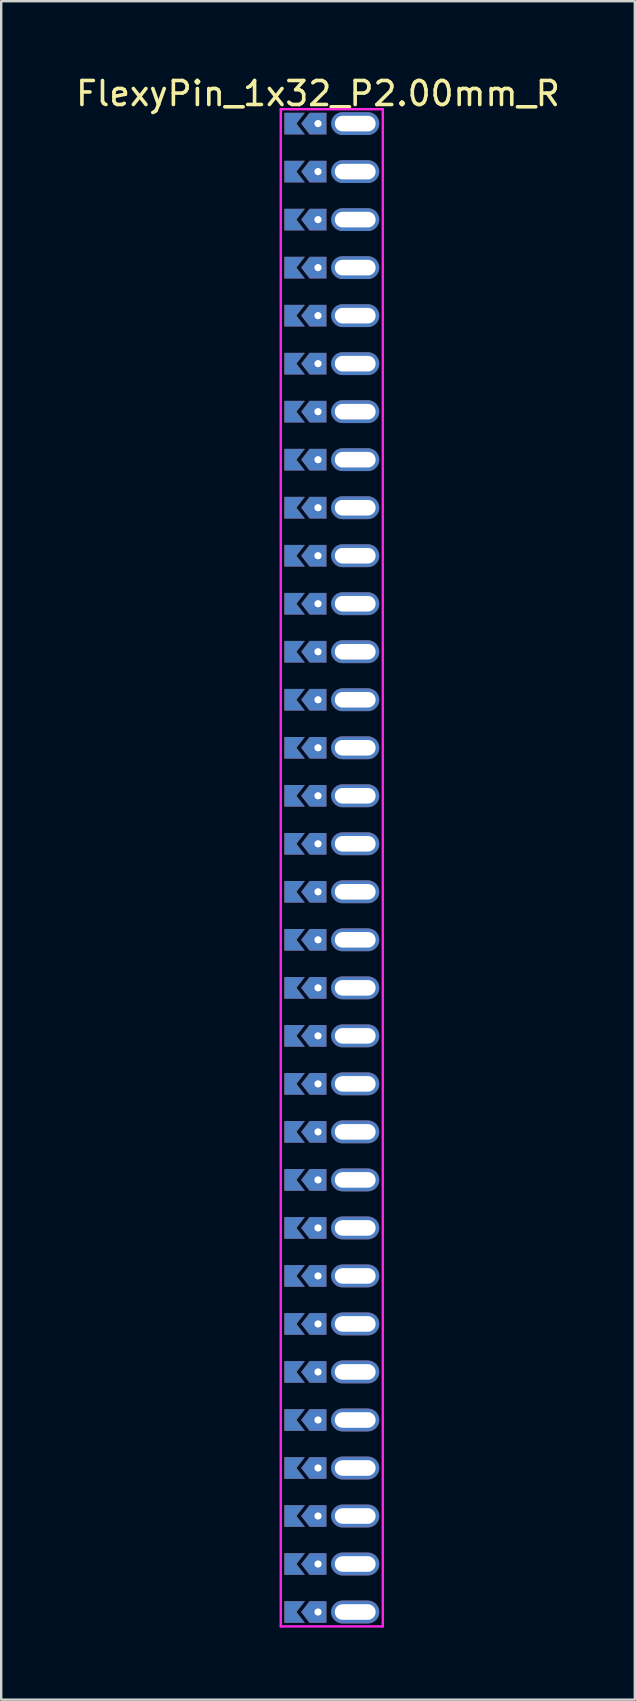
<source format=kicad_pcb>
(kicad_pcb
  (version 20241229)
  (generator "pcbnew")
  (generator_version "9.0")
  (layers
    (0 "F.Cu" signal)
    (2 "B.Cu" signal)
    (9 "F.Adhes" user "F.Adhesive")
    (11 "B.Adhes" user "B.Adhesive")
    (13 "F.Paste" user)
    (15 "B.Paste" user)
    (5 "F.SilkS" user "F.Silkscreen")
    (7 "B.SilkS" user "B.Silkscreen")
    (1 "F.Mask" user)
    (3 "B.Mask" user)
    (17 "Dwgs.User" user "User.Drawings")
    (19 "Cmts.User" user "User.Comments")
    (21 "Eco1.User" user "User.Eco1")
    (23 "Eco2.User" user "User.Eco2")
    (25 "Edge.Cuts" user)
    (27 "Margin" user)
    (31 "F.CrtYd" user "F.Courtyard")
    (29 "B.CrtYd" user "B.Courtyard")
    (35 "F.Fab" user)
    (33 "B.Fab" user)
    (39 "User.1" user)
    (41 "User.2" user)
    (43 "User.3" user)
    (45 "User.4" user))
  (footprint "FlexyPin_1x32_P2.00mm_R"
    (layer "F.Cu")
    (at 10.196 2.098)
    (property "Reference" "FlexyPin_1x32_P2.00mm_R" (at 0 -1.25 0) (layer "F.SilkS") (effects (font (size 1 1) (thickness 0.15))))
    (attr through_hole)
    (fp_line (start -1.55 -0.6) (end 2.7 -0.6) (stroke (width 0.1) (type solid)) (layer "F.CrtYd"))
    (fp_line (start -1.55 62.6) (end -1.55 -0.6) (stroke (width 0.1) (type solid)) (layer "F.CrtYd"))
    (fp_line (start 2.7 -0.6) (end 2.7 62.6) (stroke (width 0.1) (type solid)) (layer "F.CrtYd"))
    (fp_line (start 2.7 62.6) (end -1.55 62.6) (stroke (width 0.1) (type solid)) (layer "F.CrtYd"))
    (pad "" thru_hole custom (at 0 0) (size 0.3 0.3) (drill 0.6) (layers "*.Cu" "*.Mask") (options (anchor rect)) (primitives (gr_poly (pts (xy 0.35 0.45) (xy 0.35 -0.45) (xy -0.35 -0.45) (xy -0.7 0) (xy -0.35 0.45)) (width 0) (fill yes))))
    (pad "" thru_hole custom (at 0 2) (size 0.3 0.3) (drill 0.6) (layers "*.Cu" "*.Mask") (options (anchor rect)) (primitives (gr_poly (pts (xy 0.35 0.45) (xy 0.35 -0.45) (xy -0.35 -0.45) (xy -0.7 0) (xy -0.35 0.45)) (width 0) (fill yes))))
    (pad "" thru_hole custom (at 0 4) (size 0.3 0.3) (drill 0.6) (layers "*.Cu" "*.Mask") (options (anchor rect)) (primitives (gr_poly (pts (xy 0.35 0.45) (xy 0.35 -0.45) (xy -0.35 -0.45) (xy -0.7 0) (xy -0.35 0.45)) (width 0) (fill yes))))
    (pad "" thru_hole custom (at 0 6) (size 0.3 0.3) (drill 0.6) (layers "*.Cu" "*.Mask") (options (anchor rect)) (primitives (gr_poly (pts (xy 0.35 0.45) (xy 0.35 -0.45) (xy -0.35 -0.45) (xy -0.7 0) (xy -0.35 0.45)) (width 0) (fill yes))))
    (pad "" thru_hole custom (at 0 8) (size 0.3 0.3) (drill 0.6) (layers "*.Cu" "*.Mask") (options (anchor rect)) (primitives (gr_poly (pts (xy 0.35 0.45) (xy 0.35 -0.45) (xy -0.35 -0.45) (xy -0.7 0) (xy -0.35 0.45)) (width 0) (fill yes))))
    (pad "" thru_hole custom (at 0 10) (size 0.3 0.3) (drill 0.6) (layers "*.Cu" "*.Mask") (options (anchor rect)) (primitives (gr_poly (pts (xy 0.35 0.45) (xy 0.35 -0.45) (xy -0.35 -0.45) (xy -0.7 0) (xy -0.35 0.45)) (width 0) (fill yes))))
    (pad "" thru_hole custom (at 0 12) (size 0.3 0.3) (drill 0.6) (layers "*.Cu" "*.Mask") (options (anchor rect)) (primitives (gr_poly (pts (xy 0.35 0.45) (xy 0.35 -0.45) (xy -0.35 -0.45) (xy -0.7 0) (xy -0.35 0.45)) (width 0) (fill yes))))
    (pad "" thru_hole custom (at 0 14) (size 0.3 0.3) (drill 0.6) (layers "*.Cu" "*.Mask") (options (anchor rect)) (primitives (gr_poly (pts (xy 0.35 0.45) (xy 0.35 -0.45) (xy -0.35 -0.45) (xy -0.7 0) (xy -0.35 0.45)) (width 0) (fill yes))))
    (pad "" thru_hole custom (at 0 16) (size 0.3 0.3) (drill 0.6) (layers "*.Cu" "*.Mask") (options (anchor rect)) (primitives (gr_poly (pts (xy 0.35 0.45) (xy 0.35 -0.45) (xy -0.35 -0.45) (xy -0.7 0) (xy -0.35 0.45)) (width 0) (fill yes))))
    (pad "" thru_hole custom (at 0 18) (size 0.3 0.3) (drill 0.6) (layers "*.Cu" "*.Mask") (options (anchor rect)) (primitives (gr_poly (pts (xy 0.35 0.45) (xy 0.35 -0.45) (xy -0.35 -0.45) (xy -0.7 0) (xy -0.35 0.45)) (width 0) (fill yes))))
    (pad "" thru_hole custom (at 0 20) (size 0.3 0.3) (drill 0.6) (layers "*.Cu" "*.Mask") (options (anchor rect)) (primitives (gr_poly (pts (xy 0.35 0.45) (xy 0.35 -0.45) (xy -0.35 -0.45) (xy -0.7 0) (xy -0.35 0.45)) (width 0) (fill yes))))
    (pad "" thru_hole custom (at 0 22) (size 0.3 0.3) (drill 0.6) (layers "*.Cu" "*.Mask") (options (anchor rect)) (primitives (gr_poly (pts (xy 0.35 0.45) (xy 0.35 -0.45) (xy -0.35 -0.45) (xy -0.7 0) (xy -0.35 0.45)) (width 0) (fill yes))))
    (pad "" thru_hole custom (at 0 24) (size 0.3 0.3) (drill 0.6) (layers "*.Cu" "*.Mask") (options (anchor rect)) (primitives (gr_poly (pts (xy 0.35 0.45) (xy 0.35 -0.45) (xy -0.35 -0.45) (xy -0.7 0) (xy -0.35 0.45)) (width 0) (fill yes))))
    (pad "" thru_hole custom (at 0 26) (size 0.3 0.3) (drill 0.6) (layers "*.Cu" "*.Mask") (options (anchor rect)) (primitives (gr_poly (pts (xy 0.35 0.45) (xy 0.35 -0.45) (xy -0.35 -0.45) (xy -0.7 0) (xy -0.35 0.45)) (width 0) (fill yes))))
    (pad "" thru_hole custom (at 0 28) (size 0.3 0.3) (drill 0.6) (layers "*.Cu" "*.Mask") (options (anchor rect)) (primitives (gr_poly (pts (xy 0.35 0.45) (xy 0.35 -0.45) (xy -0.35 -0.45) (xy -0.7 0) (xy -0.35 0.45)) (width 0) (fill yes))))
    (pad "" thru_hole custom (at 0 30) (size 0.3 0.3) (drill 0.6) (layers "*.Cu" "*.Mask") (options (anchor rect)) (primitives (gr_poly (pts (xy 0.35 0.45) (xy 0.35 -0.45) (xy -0.35 -0.45) (xy -0.7 0) (xy -0.35 0.45)) (width 0) (fill yes))))
    (pad "" thru_hole custom (at 0 32) (size 0.3 0.3) (drill 0.6) (layers "*.Cu" "*.Mask") (options (anchor rect)) (primitives (gr_poly (pts (xy 0.35 0.45) (xy 0.35 -0.45) (xy -0.35 -0.45) (xy -0.7 0) (xy -0.35 0.45)) (width 0) (fill yes))))
    (pad "" thru_hole custom (at 0 34) (size 0.3 0.3) (drill 0.6) (layers "*.Cu" "*.Mask") (options (anchor rect)) (primitives (gr_poly (pts (xy 0.35 0.45) (xy 0.35 -0.45) (xy -0.35 -0.45) (xy -0.7 0) (xy -0.35 0.45)) (width 0) (fill yes))))
    (pad "" thru_hole custom (at 0 36) (size 0.3 0.3) (drill 0.6) (layers "*.Cu" "*.Mask") (options (anchor rect)) (primitives (gr_poly (pts (xy 0.35 0.45) (xy 0.35 -0.45) (xy -0.35 -0.45) (xy -0.7 0) (xy -0.35 0.45)) (width 0) (fill yes))))
    (pad "" thru_hole custom (at 0 38) (size 0.3 0.3) (drill 0.6) (layers "*.Cu" "*.Mask") (options (anchor rect)) (primitives (gr_poly (pts (xy 0.35 0.45) (xy 0.35 -0.45) (xy -0.35 -0.45) (xy -0.7 0) (xy -0.35 0.45)) (width 0) (fill yes))))
    (pad "" thru_hole custom (at 0 40) (size 0.3 0.3) (drill 0.6) (layers "*.Cu" "*.Mask") (options (anchor rect)) (primitives (gr_poly (pts (xy 0.35 0.45) (xy 0.35 -0.45) (xy -0.35 -0.45) (xy -0.7 0) (xy -0.35 0.45)) (width 0) (fill yes))))
    (pad "" thru_hole custom (at 0 42) (size 0.3 0.3) (drill 0.6) (layers "*.Cu" "*.Mask") (options (anchor rect)) (primitives (gr_poly (pts (xy 0.35 0.45) (xy 0.35 -0.45) (xy -0.35 -0.45) (xy -0.7 0) (xy -0.35 0.45)) (width 0) (fill yes))))
    (pad "" thru_hole custom (at 0 44) (size 0.3 0.3) (drill 0.6) (layers "*.Cu" "*.Mask") (options (anchor rect)) (primitives (gr_poly (pts (xy 0.35 0.45) (xy 0.35 -0.45) (xy -0.35 -0.45) (xy -0.7 0) (xy -0.35 0.45)) (width 0) (fill yes))))
    (pad "" thru_hole custom (at 0 46) (size 0.3 0.3) (drill 0.6) (layers "*.Cu" "*.Mask") (options (anchor rect)) (primitives (gr_poly (pts (xy 0.35 0.45) (xy 0.35 -0.45) (xy -0.35 -0.45) (xy -0.7 0) (xy -0.35 0.45)) (width 0) (fill yes))))
    (pad "" thru_hole custom (at 0 48) (size 0.3 0.3) (drill 0.6) (layers "*.Cu" "*.Mask") (options (anchor rect)) (primitives (gr_poly (pts (xy 0.35 0.45) (xy 0.35 -0.45) (xy -0.35 -0.45) (xy -0.7 0) (xy -0.35 0.45)) (width 0) (fill yes))))
    (pad "" thru_hole custom (at 0 50) (size 0.3 0.3) (drill 0.6) (layers "*.Cu" "*.Mask") (options (anchor rect)) (primitives (gr_poly (pts (xy 0.35 0.45) (xy 0.35 -0.45) (xy -0.35 -0.45) (xy -0.7 0) (xy -0.35 0.45)) (width 0) (fill yes))))
    (pad "" thru_hole custom (at 0 52) (size 0.3 0.3) (drill 0.6) (layers "*.Cu" "*.Mask") (options (anchor rect)) (primitives (gr_poly (pts (xy 0.35 0.45) (xy 0.35 -0.45) (xy -0.35 -0.45) (xy -0.7 0) (xy -0.35 0.45)) (width 0) (fill yes))))
    (pad "" thru_hole custom (at 0 54) (size 0.3 0.3) (drill 0.6) (layers "*.Cu" "*.Mask") (options (anchor rect)) (primitives (gr_poly (pts (xy 0.35 0.45) (xy 0.35 -0.45) (xy -0.35 -0.45) (xy -0.7 0) (xy -0.35 0.45)) (width 0) (fill yes))))
    (pad "" thru_hole custom (at 0 56) (size 0.3 0.3) (drill 0.6) (layers "*.Cu" "*.Mask") (options (anchor rect)) (primitives (gr_poly (pts (xy 0.35 0.45) (xy 0.35 -0.45) (xy -0.35 -0.45) (xy -0.7 0) (xy -0.35 0.45)) (width 0) (fill yes))))
    (pad "" thru_hole custom (at 0 58) (size 0.3 0.3) (drill 0.6) (layers "*.Cu" "*.Mask") (options (anchor rect)) (primitives (gr_poly (pts (xy 0.35 0.45) (xy 0.35 -0.45) (xy -0.35 -0.45) (xy -0.7 0) (xy -0.35 0.45)) (width 0) (fill yes))))
    (pad "" thru_hole custom (at 0 60) (size 0.3 0.3) (drill 0.6) (layers "*.Cu" "*.Mask") (options (anchor rect)) (primitives (gr_poly (pts (xy 0.35 0.45) (xy 0.35 -0.45) (xy -0.35 -0.45) (xy -0.7 0) (xy -0.35 0.45)) (width 0) (fill yes))))
    (pad "" thru_hole custom (at 0 62) (size 0.3 0.3) (drill 0.6) (layers "*.Cu" "*.Mask") (options (anchor rect)) (primitives (gr_poly (pts (xy 0.35 0.45) (xy 0.35 -0.45) (xy -0.35 -0.45) (xy -0.7 0) (xy -0.35 0.45)) (width 0) (fill yes))))
    (pad "" thru_hole oval (at 1.55 0) (size 2 0.95) (drill oval 1.7 0.65) (layers "*.Cu" "*.Mask"))
    (pad "" thru_hole oval (at 1.55 2) (size 2 0.95) (drill oval 1.7 0.65) (layers "*.Cu" "*.Mask"))
    (pad "" thru_hole oval (at 1.55 4) (size 2 0.95) (drill oval 1.7 0.65) (layers "*.Cu" "*.Mask"))
    (pad "" thru_hole oval (at 1.55 6) (size 2 0.95) (drill oval 1.7 0.65) (layers "*.Cu" "*.Mask"))
    (pad "" thru_hole oval (at 1.55 8) (size 2 0.95) (drill oval 1.7 0.65) (layers "*.Cu" "*.Mask"))
    (pad "" thru_hole oval (at 1.55 10) (size 2 0.95) (drill oval 1.7 0.65) (layers "*.Cu" "*.Mask"))
    (pad "" thru_hole oval (at 1.55 12) (size 2 0.95) (drill oval 1.7 0.65) (layers "*.Cu" "*.Mask"))
    (pad "" thru_hole oval (at 1.55 14) (size 2 0.95) (drill oval 1.7 0.65) (layers "*.Cu" "*.Mask"))
    (pad "" thru_hole oval (at 1.55 16) (size 2 0.95) (drill oval 1.7 0.65) (layers "*.Cu" "*.Mask"))
    (pad "" thru_hole oval (at 1.55 18) (size 2 0.95) (drill oval 1.7 0.65) (layers "*.Cu" "*.Mask"))
    (pad "" thru_hole oval (at 1.55 20) (size 2 0.95) (drill oval 1.7 0.65) (layers "*.Cu" "*.Mask"))
    (pad "" thru_hole oval (at 1.55 22) (size 2 0.95) (drill oval 1.7 0.65) (layers "*.Cu" "*.Mask"))
    (pad "" thru_hole oval (at 1.55 24) (size 2 0.95) (drill oval 1.7 0.65) (layers "*.Cu" "*.Mask"))
    (pad "" thru_hole oval (at 1.55 26) (size 2 0.95) (drill oval 1.7 0.65) (layers "*.Cu" "*.Mask"))
    (pad "" thru_hole oval (at 1.55 28) (size 2 0.95) (drill oval 1.7 0.65) (layers "*.Cu" "*.Mask"))
    (pad "" thru_hole oval (at 1.55 30) (size 2 0.95) (drill oval 1.7 0.65) (layers "*.Cu" "*.Mask"))
    (pad "" thru_hole oval (at 1.55 32) (size 2 0.95) (drill oval 1.7 0.65) (layers "*.Cu" "*.Mask"))
    (pad "" thru_hole oval (at 1.55 34) (size 2 0.95) (drill oval 1.7 0.65) (layers "*.Cu" "*.Mask"))
    (pad "" thru_hole oval (at 1.55 36) (size 2 0.95) (drill oval 1.7 0.65) (layers "*.Cu" "*.Mask"))
    (pad "" thru_hole oval (at 1.55 38) (size 2 0.95) (drill oval 1.7 0.65) (layers "*.Cu" "*.Mask"))
    (pad "" thru_hole oval (at 1.55 40) (size 2 0.95) (drill oval 1.7 0.65) (layers "*.Cu" "*.Mask"))
    (pad "" thru_hole oval (at 1.55 42) (size 2 0.95) (drill oval 1.7 0.65) (layers "*.Cu" "*.Mask"))
    (pad "" thru_hole oval (at 1.55 44) (size 2 0.95) (drill oval 1.7 0.65) (layers "*.Cu" "*.Mask"))
    (pad "" thru_hole oval (at 1.55 46) (size 2 0.95) (drill oval 1.7 0.65) (layers "*.Cu" "*.Mask"))
    (pad "" thru_hole oval (at 1.55 48) (size 2 0.95) (drill oval 1.7 0.65) (layers "*.Cu" "*.Mask"))
    (pad "" thru_hole oval (at 1.55 50) (size 2 0.95) (drill oval 1.7 0.65) (layers "*.Cu" "*.Mask"))
    (pad "" thru_hole oval (at 1.55 52) (size 2 0.95) (drill oval 1.7 0.65) (layers "*.Cu" "*.Mask"))
    (pad "" thru_hole oval (at 1.55 54) (size 2 0.95) (drill oval 1.7 0.65) (layers "*.Cu" "*.Mask"))
    (pad "" thru_hole oval (at 1.55 56) (size 2 0.95) (drill oval 1.7 0.65) (layers "*.Cu" "*.Mask"))
    (pad "" thru_hole oval (at 1.55 58) (size 2 0.95) (drill oval 1.7 0.65) (layers "*.Cu" "*.Mask"))
    (pad "" thru_hole oval (at 1.55 60) (size 2 0.95) (drill oval 1.7 0.65) (layers "*.Cu" "*.Mask"))
    (pad "" thru_hole oval (at 1.55 62) (size 2 0.95) (drill oval 1.7 0.65) (layers "*.Cu" "*.Mask"))
    (pad "1" smd custom (at -0.9 0) (size 0.01 0.01) (layers "F.Cu" "F.Mask") (options (anchor rect)) (primitives (gr_poly (pts (xy 0 0) (xy 0.35 0.45) (xy -0.5 0.45) (xy -0.5 -0.45) (xy 0.35 -0.45)) (width 0) (fill yes))))
    (pad "1" smd custom (at -0.9 2) (size 0.01 0.01) (layers "F.Cu" "F.Mask") (options (anchor rect)) (primitives (gr_poly (pts (xy 0 0) (xy 0.35 0.45) (xy -0.5 0.45) (xy -0.5 -0.45) (xy 0.35 -0.45)) (width 0) (fill yes))))
    (pad "1" smd custom (at -0.9 4) (size 0.01 0.01) (layers "F.Cu" "F.Mask") (options (anchor rect)) (primitives (gr_poly (pts (xy 0 0) (xy 0.35 0.45) (xy -0.5 0.45) (xy -0.5 -0.45) (xy 0.35 -0.45)) (width 0) (fill yes))))
    (pad "1" smd custom (at -0.9 6) (size 0.01 0.01) (layers "F.Cu" "F.Mask") (options (anchor rect)) (primitives (gr_poly (pts (xy 0 0) (xy 0.35 0.45) (xy -0.5 0.45) (xy -0.5 -0.45) (xy 0.35 -0.45)) (width 0) (fill yes))))
    (pad "1" smd custom (at -0.9 8) (size 0.01 0.01) (layers "F.Cu" "F.Mask") (options (anchor rect)) (primitives (gr_poly (pts (xy 0 0) (xy 0.35 0.45) (xy -0.5 0.45) (xy -0.5 -0.45) (xy 0.35 -0.45)) (width 0) (fill yes))))
    (pad "1" smd custom (at -0.9 10) (size 0.01 0.01) (layers "F.Cu" "F.Mask") (options (anchor rect)) (primitives (gr_poly (pts (xy 0 0) (xy 0.35 0.45) (xy -0.5 0.45) (xy -0.5 -0.45) (xy 0.35 -0.45)) (width 0) (fill yes))))
    (pad "1" smd custom (at -0.9 12) (size 0.01 0.01) (layers "F.Cu" "F.Mask") (options (anchor rect)) (primitives (gr_poly (pts (xy 0 0) (xy 0.35 0.45) (xy -0.5 0.45) (xy -0.5 -0.45) (xy 0.35 -0.45)) (width 0) (fill yes))))
    (pad "1" smd custom (at -0.9 14) (size 0.01 0.01) (layers "F.Cu" "F.Mask") (options (anchor rect)) (primitives (gr_poly (pts (xy 0 0) (xy 0.35 0.45) (xy -0.5 0.45) (xy -0.5 -0.45) (xy 0.35 -0.45)) (width 0) (fill yes))))
    (pad "1" smd custom (at -0.9 16) (size 0.01 0.01) (layers "F.Cu" "F.Mask") (options (anchor rect)) (primitives (gr_poly (pts (xy 0 0) (xy 0.35 0.45) (xy -0.5 0.45) (xy -0.5 -0.45) (xy 0.35 -0.45)) (width 0) (fill yes))))
    (pad "1" smd custom (at -0.9 18) (size 0.01 0.01) (layers "F.Cu" "F.Mask") (options (anchor rect)) (primitives (gr_poly (pts (xy 0 0) (xy 0.35 0.45) (xy -0.5 0.45) (xy -0.5 -0.45) (xy 0.35 -0.45)) (width 0) (fill yes))))
    (pad "1" smd custom (at -0.9 20) (size 0.01 0.01) (layers "F.Cu" "F.Mask") (options (anchor rect)) (primitives (gr_poly (pts (xy 0 0) (xy 0.35 0.45) (xy -0.5 0.45) (xy -0.5 -0.45) (xy 0.35 -0.45)) (width 0) (fill yes))))
    (pad "1" smd custom (at -0.9 22) (size 0.01 0.01) (layers "F.Cu" "F.Mask") (options (anchor rect)) (primitives (gr_poly (pts (xy 0 0) (xy 0.35 0.45) (xy -0.5 0.45) (xy -0.5 -0.45) (xy 0.35 -0.45)) (width 0) (fill yes))))
    (pad "1" smd custom (at -0.9 24) (size 0.01 0.01) (layers "F.Cu" "F.Mask") (options (anchor rect)) (primitives (gr_poly (pts (xy 0 0) (xy 0.35 0.45) (xy -0.5 0.45) (xy -0.5 -0.45) (xy 0.35 -0.45)) (width 0) (fill yes))))
    (pad "1" smd custom (at -0.9 26) (size 0.01 0.01) (layers "F.Cu" "F.Mask") (options (anchor rect)) (primitives (gr_poly (pts (xy 0 0) (xy 0.35 0.45) (xy -0.5 0.45) (xy -0.5 -0.45) (xy 0.35 -0.45)) (width 0) (fill yes))))
    (pad "1" smd custom (at -0.9 28) (size 0.01 0.01) (layers "F.Cu" "F.Mask") (options (anchor rect)) (primitives (gr_poly (pts (xy 0 0) (xy 0.35 0.45) (xy -0.5 0.45) (xy -0.5 -0.45) (xy 0.35 -0.45)) (width 0) (fill yes))))
    (pad "1" smd custom (at -0.9 30) (size 0.01 0.01) (layers "F.Cu" "F.Mask") (options (anchor rect)) (primitives (gr_poly (pts (xy 0 0) (xy 0.35 0.45) (xy -0.5 0.45) (xy -0.5 -0.45) (xy 0.35 -0.45)) (width 0) (fill yes))))
    (pad "1" smd custom (at -0.9 32) (size 0.01 0.01) (layers "F.Cu" "F.Mask") (options (anchor rect)) (primitives (gr_poly (pts (xy 0 0) (xy 0.35 0.45) (xy -0.5 0.45) (xy -0.5 -0.45) (xy 0.35 -0.45)) (width 0) (fill yes))))
    (pad "1" smd custom (at -0.9 34) (size 0.01 0.01) (layers "F.Cu" "F.Mask") (options (anchor rect)) (primitives (gr_poly (pts (xy 0 0) (xy 0.35 0.45) (xy -0.5 0.45) (xy -0.5 -0.45) (xy 0.35 -0.45)) (width 0) (fill yes))))
    (pad "1" smd custom (at -0.9 36) (size 0.01 0.01) (layers "F.Cu" "F.Mask") (options (anchor rect)) (primitives (gr_poly (pts (xy 0 0) (xy 0.35 0.45) (xy -0.5 0.45) (xy -0.5 -0.45) (xy 0.35 -0.45)) (width 0) (fill yes))))
    (pad "1" smd custom (at -0.9 38) (size 0.01 0.01) (layers "F.Cu" "F.Mask") (options (anchor rect)) (primitives (gr_poly (pts (xy 0 0) (xy 0.35 0.45) (xy -0.5 0.45) (xy -0.5 -0.45) (xy 0.35 -0.45)) (width 0) (fill yes))))
    (pad "1" smd custom (at -0.9 40) (size 0.01 0.01) (layers "F.Cu" "F.Mask") (options (anchor rect)) (primitives (gr_poly (pts (xy 0 0) (xy 0.35 0.45) (xy -0.5 0.45) (xy -0.5 -0.45) (xy 0.35 -0.45)) (width 0) (fill yes))))
    (pad "1" smd custom (at -0.9 42) (size 0.01 0.01) (layers "F.Cu" "F.Mask") (options (anchor rect)) (primitives (gr_poly (pts (xy 0 0) (xy 0.35 0.45) (xy -0.5 0.45) (xy -0.5 -0.45) (xy 0.35 -0.45)) (width 0) (fill yes))))
    (pad "1" smd custom (at -0.9 44) (size 0.01 0.01) (layers "F.Cu" "F.Mask") (options (anchor rect)) (primitives (gr_poly (pts (xy 0 0) (xy 0.35 0.45) (xy -0.5 0.45) (xy -0.5 -0.45) (xy 0.35 -0.45)) (width 0) (fill yes))))
    (pad "1" smd custom (at -0.9 46) (size 0.01 0.01) (layers "F.Cu" "F.Mask") (options (anchor rect)) (primitives (gr_poly (pts (xy 0 0) (xy 0.35 0.45) (xy -0.5 0.45) (xy -0.5 -0.45) (xy 0.35 -0.45)) (width 0) (fill yes))))
    (pad "1" smd custom (at -0.9 48) (size 0.01 0.01) (layers "F.Cu" "F.Mask") (options (anchor rect)) (primitives (gr_poly (pts (xy 0 0) (xy 0.35 0.45) (xy -0.5 0.45) (xy -0.5 -0.45) (xy 0.35 -0.45)) (width 0) (fill yes))))
    (pad "1" smd custom (at -0.9 50) (size 0.01 0.01) (layers "F.Cu" "F.Mask") (options (anchor rect)) (primitives (gr_poly (pts (xy 0 0) (xy 0.35 0.45) (xy -0.5 0.45) (xy -0.5 -0.45) (xy 0.35 -0.45)) (width 0) (fill yes))))
    (pad "1" smd custom (at -0.9 52) (size 0.01 0.01) (layers "F.Cu" "F.Mask") (options (anchor rect)) (primitives (gr_poly (pts (xy 0 0) (xy 0.35 0.45) (xy -0.5 0.45) (xy -0.5 -0.45) (xy 0.35 -0.45)) (width 0) (fill yes))))
    (pad "1" smd custom (at -0.9 54) (size 0.01 0.01) (layers "F.Cu" "F.Mask") (options (anchor rect)) (primitives (gr_poly (pts (xy 0 0) (xy 0.35 0.45) (xy -0.5 0.45) (xy -0.5 -0.45) (xy 0.35 -0.45)) (width 0) (fill yes))))
    (pad "1" smd custom (at -0.9 56) (size 0.01 0.01) (layers "F.Cu" "F.Mask") (options (anchor rect)) (primitives (gr_poly (pts (xy 0 0) (xy 0.35 0.45) (xy -0.5 0.45) (xy -0.5 -0.45) (xy 0.35 -0.45)) (width 0) (fill yes))))
    (pad "1" smd custom (at -0.9 58) (size 0.01 0.01) (layers "F.Cu" "F.Mask") (options (anchor rect)) (primitives (gr_poly (pts (xy 0 0) (xy 0.35 0.45) (xy -0.5 0.45) (xy -0.5 -0.45) (xy 0.35 -0.45)) (width 0) (fill yes))))
    (pad "1" smd custom (at -0.9 60) (size 0.01 0.01) (layers "F.Cu" "F.Mask") (options (anchor rect)) (primitives (gr_poly (pts (xy 0 0) (xy 0.35 0.45) (xy -0.5 0.45) (xy -0.5 -0.45) (xy 0.35 -0.45)) (width 0) (fill yes))))
    (pad "1" smd custom (at -0.9 62) (size 0.01 0.01) (layers "F.Cu" "F.Mask") (options (anchor rect)) (primitives (gr_poly (pts (xy 0 0) (xy 0.35 0.45) (xy -0.5 0.45) (xy -0.5 -0.45) (xy 0.35 -0.45)) (width 0) (fill yes))))
    (pad "2" smd custom (at -0.9 0) (size 0.01 0.01) (layers "B.Cu" "B.Mask") (options (anchor rect)) (primitives (gr_poly (pts (xy 0 0) (xy 0.35 0.45) (xy -0.5 0.45) (xy -0.5 -0.45) (xy 0.35 -0.45)) (width 0) (fill yes))))
    (pad "2" smd custom (at -0.9 2) (size 0.01 0.01) (layers "B.Cu" "B.Mask") (options (anchor rect)) (primitives (gr_poly (pts (xy 0 0) (xy 0.35 0.45) (xy -0.5 0.45) (xy -0.5 -0.45) (xy 0.35 -0.45)) (width 0) (fill yes))))
    (pad "2" smd custom (at -0.9 4) (size 0.01 0.01) (layers "B.Cu" "B.Mask") (options (anchor rect)) (primitives (gr_poly (pts (xy 0 0) (xy 0.35 0.45) (xy -0.5 0.45) (xy -0.5 -0.45) (xy 0.35 -0.45)) (width 0) (fill yes))))
    (pad "2" smd custom (at -0.9 6) (size 0.01 0.01) (layers "B.Cu" "B.Mask") (options (anchor rect)) (primitives (gr_poly (pts (xy 0 0) (xy 0.35 0.45) (xy -0.5 0.45) (xy -0.5 -0.45) (xy 0.35 -0.45)) (width 0) (fill yes))))
    (pad "2" smd custom (at -0.9 8) (size 0.01 0.01) (layers "B.Cu" "B.Mask") (options (anchor rect)) (primitives (gr_poly (pts (xy 0 0) (xy 0.35 0.45) (xy -0.5 0.45) (xy -0.5 -0.45) (xy 0.35 -0.45)) (width 0) (fill yes))))
    (pad "2" smd custom (at -0.9 10) (size 0.01 0.01) (layers "B.Cu" "B.Mask") (options (anchor rect)) (primitives (gr_poly (pts (xy 0 0) (xy 0.35 0.45) (xy -0.5 0.45) (xy -0.5 -0.45) (xy 0.35 -0.45)) (width 0) (fill yes))))
    (pad "2" smd custom (at -0.9 12) (size 0.01 0.01) (layers "B.Cu" "B.Mask") (options (anchor rect)) (primitives (gr_poly (pts (xy 0 0) (xy 0.35 0.45) (xy -0.5 0.45) (xy -0.5 -0.45) (xy 0.35 -0.45)) (width 0) (fill yes))))
    (pad "2" smd custom (at -0.9 14) (size 0.01 0.01) (layers "B.Cu" "B.Mask") (options (anchor rect)) (primitives (gr_poly (pts (xy 0 0) (xy 0.35 0.45) (xy -0.5 0.45) (xy -0.5 -0.45) (xy 0.35 -0.45)) (width 0) (fill yes))))
    (pad "2" smd custom (at -0.9 16) (size 0.01 0.01) (layers "B.Cu" "B.Mask") (options (anchor rect)) (primitives (gr_poly (pts (xy 0 0) (xy 0.35 0.45) (xy -0.5 0.45) (xy -0.5 -0.45) (xy 0.35 -0.45)) (width 0) (fill yes))))
    (pad "2" smd custom (at -0.9 18) (size 0.01 0.01) (layers "B.Cu" "B.Mask") (options (anchor rect)) (primitives (gr_poly (pts (xy 0 0) (xy 0.35 0.45) (xy -0.5 0.45) (xy -0.5 -0.45) (xy 0.35 -0.45)) (width 0) (fill yes))))
    (pad "2" smd custom (at -0.9 20) (size 0.01 0.01) (layers "B.Cu" "B.Mask") (options (anchor rect)) (primitives (gr_poly (pts (xy 0 0) (xy 0.35 0.45) (xy -0.5 0.45) (xy -0.5 -0.45) (xy 0.35 -0.45)) (width 0) (fill yes))))
    (pad "2" smd custom (at -0.9 22) (size 0.01 0.01) (layers "B.Cu" "B.Mask") (options (anchor rect)) (primitives (gr_poly (pts (xy 0 0) (xy 0.35 0.45) (xy -0.5 0.45) (xy -0.5 -0.45) (xy 0.35 -0.45)) (width 0) (fill yes))))
    (pad "2" smd custom (at -0.9 24) (size 0.01 0.01) (layers "B.Cu" "B.Mask") (options (anchor rect)) (primitives (gr_poly (pts (xy 0 0) (xy 0.35 0.45) (xy -0.5 0.45) (xy -0.5 -0.45) (xy 0.35 -0.45)) (width 0) (fill yes))))
    (pad "2" smd custom (at -0.9 26) (size 0.01 0.01) (layers "B.Cu" "B.Mask") (options (anchor rect)) (primitives (gr_poly (pts (xy 0 0) (xy 0.35 0.45) (xy -0.5 0.45) (xy -0.5 -0.45) (xy 0.35 -0.45)) (width 0) (fill yes))))
    (pad "2" smd custom (at -0.9 28) (size 0.01 0.01) (layers "B.Cu" "B.Mask") (options (anchor rect)) (primitives (gr_poly (pts (xy 0 0) (xy 0.35 0.45) (xy -0.5 0.45) (xy -0.5 -0.45) (xy 0.35 -0.45)) (width 0) (fill yes))))
    (pad "2" smd custom (at -0.9 30) (size 0.01 0.01) (layers "B.Cu" "B.Mask") (options (anchor rect)) (primitives (gr_poly (pts (xy 0 0) (xy 0.35 0.45) (xy -0.5 0.45) (xy -0.5 -0.45) (xy 0.35 -0.45)) (width 0) (fill yes))))
    (pad "2" smd custom (at -0.9 32) (size 0.01 0.01) (layers "B.Cu" "B.Mask") (options (anchor rect)) (primitives (gr_poly (pts (xy 0 0) (xy 0.35 0.45) (xy -0.5 0.45) (xy -0.5 -0.45) (xy 0.35 -0.45)) (width 0) (fill yes))))
    (pad "2" smd custom (at -0.9 34) (size 0.01 0.01) (layers "B.Cu" "B.Mask") (options (anchor rect)) (primitives (gr_poly (pts (xy 0 0) (xy 0.35 0.45) (xy -0.5 0.45) (xy -0.5 -0.45) (xy 0.35 -0.45)) (width 0) (fill yes))))
    (pad "2" smd custom (at -0.9 36) (size 0.01 0.01) (layers "B.Cu" "B.Mask") (options (anchor rect)) (primitives (gr_poly (pts (xy 0 0) (xy 0.35 0.45) (xy -0.5 0.45) (xy -0.5 -0.45) (xy 0.35 -0.45)) (width 0) (fill yes))))
    (pad "2" smd custom (at -0.9 38) (size 0.01 0.01) (layers "B.Cu" "B.Mask") (options (anchor rect)) (primitives (gr_poly (pts (xy 0 0) (xy 0.35 0.45) (xy -0.5 0.45) (xy -0.5 -0.45) (xy 0.35 -0.45)) (width 0) (fill yes))))
    (pad "2" smd custom (at -0.9 40) (size 0.01 0.01) (layers "B.Cu" "B.Mask") (options (anchor rect)) (primitives (gr_poly (pts (xy 0 0) (xy 0.35 0.45) (xy -0.5 0.45) (xy -0.5 -0.45) (xy 0.35 -0.45)) (width 0) (fill yes))))
    (pad "2" smd custom (at -0.9 42) (size 0.01 0.01) (layers "B.Cu" "B.Mask") (options (anchor rect)) (primitives (gr_poly (pts (xy 0 0) (xy 0.35 0.45) (xy -0.5 0.45) (xy -0.5 -0.45) (xy 0.35 -0.45)) (width 0) (fill yes))))
    (pad "2" smd custom (at -0.9 44) (size 0.01 0.01) (layers "B.Cu" "B.Mask") (options (anchor rect)) (primitives (gr_poly (pts (xy 0 0) (xy 0.35 0.45) (xy -0.5 0.45) (xy -0.5 -0.45) (xy 0.35 -0.45)) (width 0) (fill yes))))
    (pad "2" smd custom (at -0.9 46) (size 0.01 0.01) (layers "B.Cu" "B.Mask") (options (anchor rect)) (primitives (gr_poly (pts (xy 0 0) (xy 0.35 0.45) (xy -0.5 0.45) (xy -0.5 -0.45) (xy 0.35 -0.45)) (width 0) (fill yes))))
    (pad "2" smd custom (at -0.9 48) (size 0.01 0.01) (layers "B.Cu" "B.Mask") (options (anchor rect)) (primitives (gr_poly (pts (xy 0 0) (xy 0.35 0.45) (xy -0.5 0.45) (xy -0.5 -0.45) (xy 0.35 -0.45)) (width 0) (fill yes))))
    (pad "2" smd custom (at -0.9 50) (size 0.01 0.01) (layers "B.Cu" "B.Mask") (options (anchor rect)) (primitives (gr_poly (pts (xy 0 0) (xy 0.35 0.45) (xy -0.5 0.45) (xy -0.5 -0.45) (xy 0.35 -0.45)) (width 0) (fill yes))))
    (pad "2" smd custom (at -0.9 52) (size 0.01 0.01) (layers "B.Cu" "B.Mask") (options (anchor rect)) (primitives (gr_poly (pts (xy 0 0) (xy 0.35 0.45) (xy -0.5 0.45) (xy -0.5 -0.45) (xy 0.35 -0.45)) (width 0) (fill yes))))
    (pad "2" smd custom (at -0.9 54) (size 0.01 0.01) (layers "B.Cu" "B.Mask") (options (anchor rect)) (primitives (gr_poly (pts (xy 0 0) (xy 0.35 0.45) (xy -0.5 0.45) (xy -0.5 -0.45) (xy 0.35 -0.45)) (width 0) (fill yes))))
    (pad "2" smd custom (at -0.9 56) (size 0.01 0.01) (layers "B.Cu" "B.Mask") (options (anchor rect)) (primitives (gr_poly (pts (xy 0 0) (xy 0.35 0.45) (xy -0.5 0.45) (xy -0.5 -0.45) (xy 0.35 -0.45)) (width 0) (fill yes))))
    (pad "2" smd custom (at -0.9 58) (size 0.01 0.01) (layers "B.Cu" "B.Mask") (options (anchor rect)) (primitives (gr_poly (pts (xy 0 0) (xy 0.35 0.45) (xy -0.5 0.45) (xy -0.5 -0.45) (xy 0.35 -0.45)) (width 0) (fill yes))))
    (pad "2" smd custom (at -0.9 60) (size 0.01 0.01) (layers "B.Cu" "B.Mask") (options (anchor rect)) (primitives (gr_poly (pts (xy 0 0) (xy 0.35 0.45) (xy -0.5 0.45) (xy -0.5 -0.45) (xy 0.35 -0.45)) (width 0) (fill yes))))
    (pad "2" smd custom (at -0.9 62) (size 0.01 0.01) (layers "B.Cu" "B.Mask") (options (anchor rect)) (primitives (gr_poly (pts (xy 0 0) (xy 0.35 0.45) (xy -0.5 0.45) (xy -0.5 -0.45) (xy 0.35 -0.45)) (width 0) (fill yes)))))
  (gr_rect
    (start -3 -3)
    (end 23.393 67.748)
    (stroke (width 0.1) (type default))
    (fill no)
    (layer "Edge.Cuts")))
</source>
